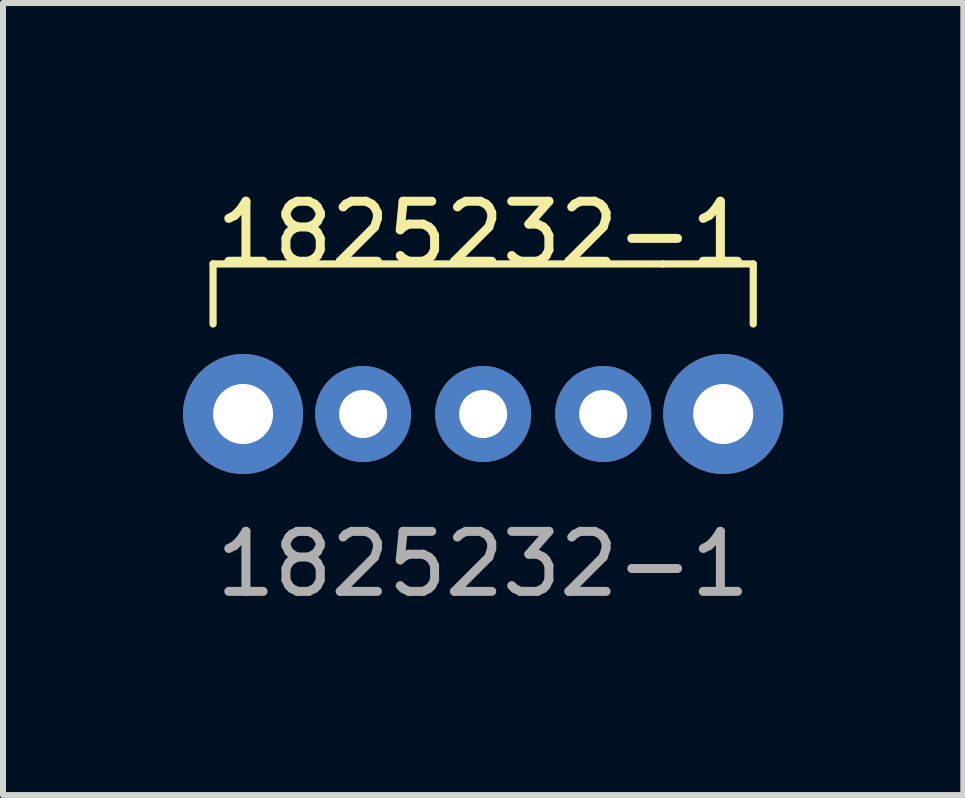
<source format=kicad_pcb>
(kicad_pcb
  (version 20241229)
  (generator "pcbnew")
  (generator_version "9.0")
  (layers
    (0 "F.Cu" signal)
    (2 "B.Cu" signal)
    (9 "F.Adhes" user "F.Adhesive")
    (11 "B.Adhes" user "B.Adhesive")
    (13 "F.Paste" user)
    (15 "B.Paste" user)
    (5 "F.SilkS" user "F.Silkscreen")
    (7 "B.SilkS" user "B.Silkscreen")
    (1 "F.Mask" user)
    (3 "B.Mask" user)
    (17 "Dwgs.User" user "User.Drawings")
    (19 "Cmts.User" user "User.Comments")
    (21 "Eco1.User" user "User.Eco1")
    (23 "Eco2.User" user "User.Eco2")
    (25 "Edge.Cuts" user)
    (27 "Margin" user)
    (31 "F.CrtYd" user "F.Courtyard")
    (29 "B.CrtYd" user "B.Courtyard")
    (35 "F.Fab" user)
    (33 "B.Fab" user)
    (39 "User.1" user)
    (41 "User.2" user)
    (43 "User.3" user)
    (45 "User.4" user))
  (footprint "1825232-1"
    (layer "F.Cu")
    (at 5 3.848)
    (property "Reference" "1825232-1" (at 0 -3 0) (unlocked yes) (layer "F.SilkS") (effects (font (size 1 1) (thickness 0.15))))
    (attr through_hole)
    (fp_line (start -4.5 -2.5) (end -4.5 -1.5) (stroke (width 0.12) (type default)) (layer "F.SilkS"))
    (fp_line (start -4.5 -2.5) (end 3 -2.5) (stroke (width 0.12) (type default)) (layer "F.SilkS"))
    (fp_line (start 3 -2.5) (end 4.5 -2.5) (stroke (width 0.12) (type default)) (layer "F.SilkS"))
    (fp_line (start 4.5 -2.5) (end 4.5 -1.5) (stroke (width 0.12) (type default)) (layer "F.SilkS"))
    (fp_text user "${REFERENCE}" (at 0 2.5 0) (unlocked yes) (layer "F.Fab") (effects (font (size 1 1) (thickness 0.15))))
    (pad "0" thru_hole circle (at -4 0) (size 2 2) (drill 1) (layers "*.Cu" "*.Mask"))
    (pad "0" thru_hole circle (at 4 0) (size 2 2) (drill 1) (layers "*.Cu" "*.Mask"))
    (pad "1" thru_hole circle (at -2 0) (size 1.6 1.6) (drill 0.8) (layers "*.Cu" "*.Mask"))
    (pad "2" thru_hole circle (at 0 0) (size 1.6 1.6) (drill 0.8) (layers "*.Cu" "*.Mask"))
    (pad "3" thru_hole circle (at 2 0) (size 1.6 1.6) (drill 0.8) (layers "*.Cu" "*.Mask")))
  (gr_rect
    (start -3 -3)
    (end 13 10.197)
    (stroke (width 0.1) (type default))
    (fill no)
    (layer "Edge.Cuts")))
</source>
